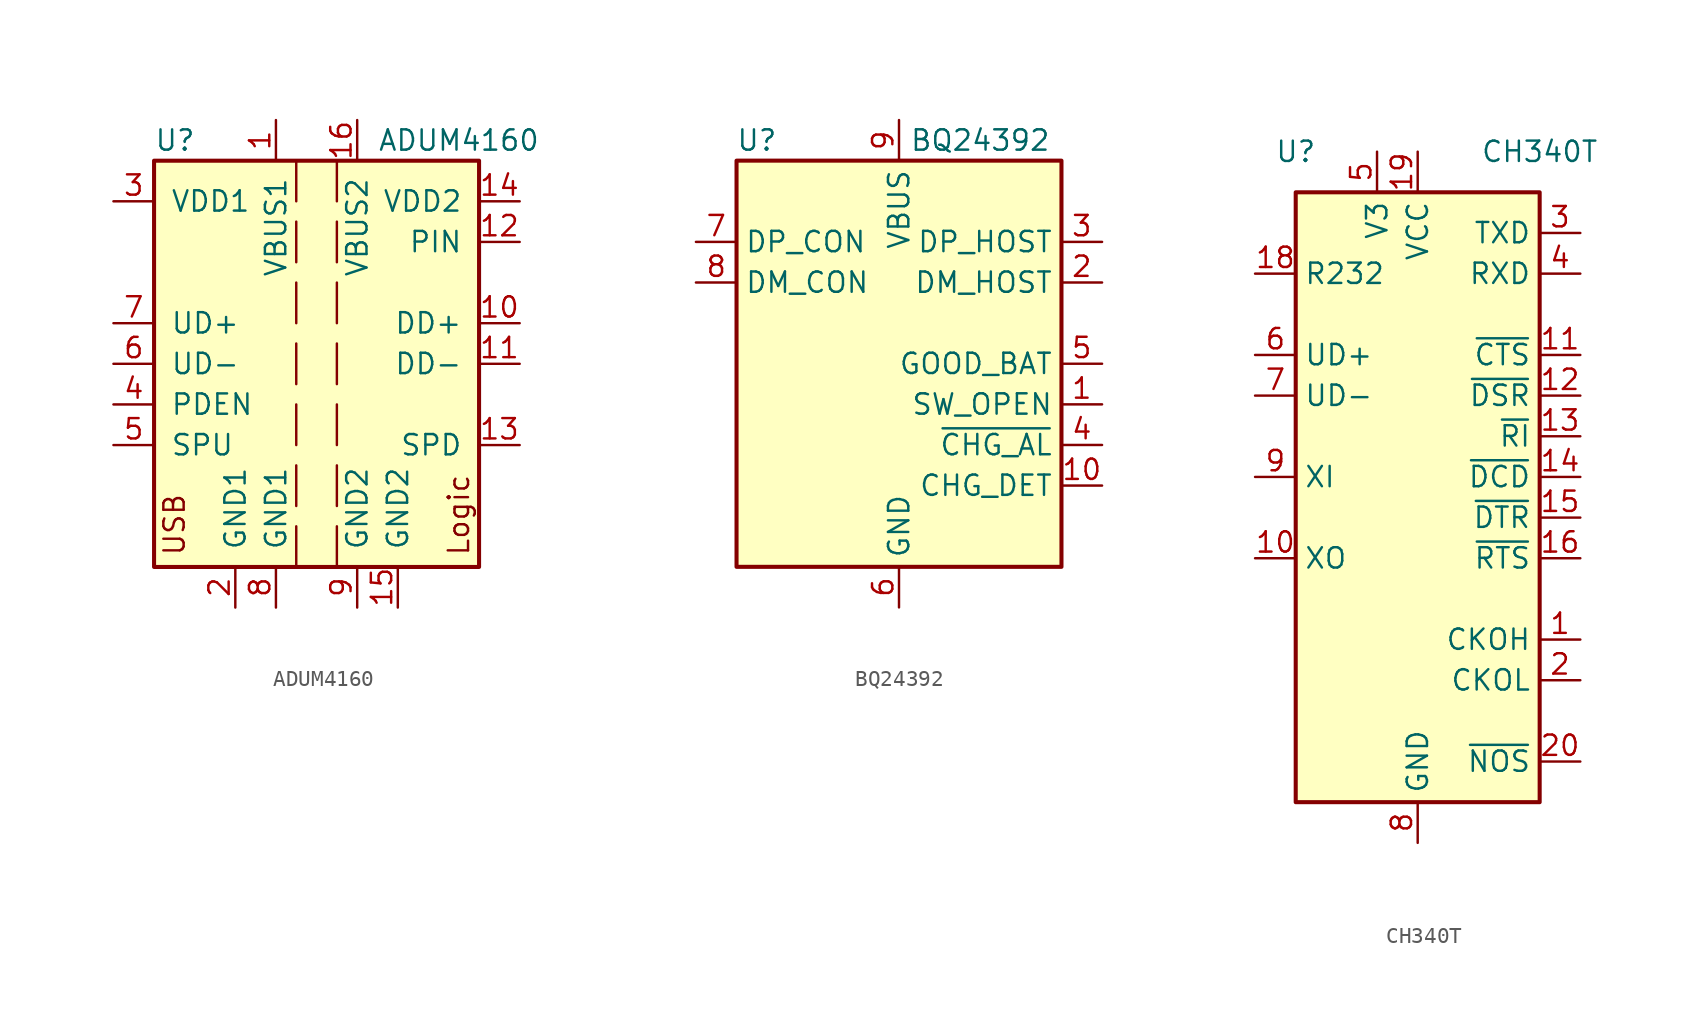
<source format=kicad_sym>
(kicad_symbol_lib
  (version 20211014)
  (generator kicad_symbol_editor)
  (symbol "ADUM4160"
    (pin_names
      (offset 1.016))
    (property "Reference" "U"
      (at -10.16 13.97 0)
      (effects (font (size 1.27 1.27)) (justify left)))
    (property "Value" "ADUM4160"
      (at 3.81 13.97 0)
      (effects (font (size 1.27 1.27)) (justify left)))
    (symbol "ADUM4160_0_0"
      (text "Logic" (at 8.89 -12.065 900) (effects (font (size 1.27 1.27)) (justify left))))
    (symbol "ADUM4160_0_1"
      (rectangle (start -10.16 12.7) (end 10.16 -12.7) (stroke (width 0.254) (type default) (color 0 0 0 0)) (fill (type background)))
      (polyline (pts (xy -1.27 -10.16) (xy -1.27 -12.7)) (stroke (width 0) (type default) (color 0 0 0 0)) (fill (type none)))
      (polyline (pts (xy -1.27 -6.35) (xy -1.27 -8.89)) (stroke (width 0) (type default) (color 0 0 0 0)) (fill (type none)))
      (polyline (pts (xy -1.27 -2.54) (xy -1.27 -5.08)) (stroke (width 0) (type default) (color 0 0 0 0)) (fill (type none)))
      (polyline (pts (xy -1.27 1.27) (xy -1.27 -1.27)) (stroke (width 0) (type default) (color 0 0 0 0)) (fill (type none)))
      (polyline (pts (xy -1.27 5.08) (xy -1.27 2.54)) (stroke (width 0) (type default) (color 0 0 0 0)) (fill (type none)))
      (polyline (pts (xy -1.27 8.89) (xy -1.27 6.35)) (stroke (width 0) (type default) (color 0 0 0 0)) (fill (type none)))
      (polyline (pts (xy -1.27 12.7) (xy -1.27 10.16)) (stroke (width 0) (type default) (color 0 0 0 0)) (fill (type none)))
      (polyline (pts (xy 1.27 -10.16) (xy 1.27 -12.7)) (stroke (width 0) (type default) (color 0 0 0 0)) (fill (type none)))
      (polyline (pts (xy 1.27 -6.35) (xy 1.27 -8.89)) (stroke (width 0) (type default) (color 0 0 0 0)) (fill (type none)))
      (polyline (pts (xy 1.27 -2.54) (xy 1.27 -5.08)) (stroke (width 0) (type default) (color 0 0 0 0)) (fill (type none)))
      (polyline (pts (xy 1.27 1.27) (xy 1.27 -1.27)) (stroke (width 0) (type default) (color 0 0 0 0)) (fill (type none)))
      (polyline (pts (xy 1.27 5.08) (xy 1.27 2.54)) (stroke (width 0) (type default) (color 0 0 0 0)) (fill (type none)))
      (polyline (pts (xy 1.27 8.89) (xy 1.27 6.35)) (stroke (width 0) (type default) (color 0 0 0 0)) (fill (type none)))
      (polyline (pts (xy 1.27 12.7) (xy 1.27 10.16)) (stroke (width 0) (type default) (color 0 0 0 0)) (fill (type none))))
    (symbol "ADUM4160_1_0"
      (text "USB" (at -8.89 -12.065 900) (effects (font (size 1.27 1.27)) (justify left))))
    (symbol "ADUM4160_1_1"
      (pin power_in line (at -2.54 15.24 270) (length 2.54) (name "VBUS1" (effects (font (size 1.27 1.27)))) (number "1" (effects (font (size 1.27 1.27)))))
      (pin bidirectional line (at 12.7 2.54 180) (length 2.54) (name "DD+" (effects (font (size 1.27 1.27)))) (number "10" (effects (font (size 1.27 1.27)))))
      (pin bidirectional line (at 12.7 0 180) (length 2.54) (name "DD-" (effects (font (size 1.27 1.27)))) (number "11" (effects (font (size 1.27 1.27)))))
      (pin input line (at 12.7 7.62 180) (length 2.54) (name "PIN" (effects (font (size 1.27 1.27)))) (number "12" (effects (font (size 1.27 1.27)))))
      (pin input line (at 12.7 -5.08 180) (length 2.54) (name "SPD" (effects (font (size 1.27 1.27)))) (number "13" (effects (font (size 1.27 1.27)))))
      (pin power_in line (at 12.7 10.16 180) (length 2.54) (name "VDD2" (effects (font (size 1.27 1.27)))) (number "14" (effects (font (size 1.27 1.27)))))
      (pin power_in line (at 5.08 -15.24 90) (length 2.54) (name "GND2" (effects (font (size 1.27 1.27)))) (number "15" (effects (font (size 1.27 1.27)))))
      (pin power_in line (at 2.54 15.24 270) (length 2.54) (name "VBUS2" (effects (font (size 1.27 1.27)))) (number "16" (effects (font (size 1.27 1.27)))))
      (pin power_in line (at -5.08 -15.24 90) (length 2.54) (name "GND1" (effects (font (size 1.27 1.27)))) (number "2" (effects (font (size 1.27 1.27)))))
      (pin power_in line (at -12.7 10.16 0) (length 2.54) (name "VDD1" (effects (font (size 1.27 1.27)))) (number "3" (effects (font (size 1.27 1.27)))))
      (pin input line (at -12.7 -2.54 0) (length 2.54) (name "PDEN" (effects (font (size 1.27 1.27)))) (number "4" (effects (font (size 1.27 1.27)))))
      (pin input line (at -12.7 -5.08 0) (length 2.54) (name "SPU" (effects (font (size 1.27 1.27)))) (number "5" (effects (font (size 1.27 1.27)))))
      (pin bidirectional line (at -12.7 0 0) (length 2.54) (name "UD-" (effects (font (size 1.27 1.27)))) (number "6" (effects (font (size 1.27 1.27)))))
      (pin bidirectional line (at -12.7 2.54 0) (length 2.54) (name "UD+" (effects (font (size 1.27 1.27)))) (number "7" (effects (font (size 1.27 1.27)))))
      (pin power_in line (at -2.54 -15.24 90) (length 2.54) (name "GND1" (effects (font (size 1.27 1.27)))) (number "8" (effects (font (size 1.27 1.27)))))
      (pin power_in line (at 2.54 -15.24 90) (length 2.54) (name "GND2" (effects (font (size 1.27 1.27)))) (number "9" (effects (font (size 1.27 1.27)))))))
  (symbol "BQ24392"
    (property "Reference" "U"
      (at -8.89 13.97 0)
      (effects (font (size 1.27 1.27))))
    (property "Value" "BQ24392"
      (at 5.08 13.97 0)
      (effects (font (size 1.27 1.27))))
    (symbol "BQ24392_0_1"
      (rectangle (start -10.16 12.7) (end 10.16 -12.7) (stroke (width 0.254) (type default) (color 0 0 0 0)) (fill (type background))))
    (symbol "BQ24392_1_1"
      (pin open_collector line (at 12.7 -2.54 180) (length 2.54) (name "SW_OPEN" (effects (font (size 1.27 1.27)))) (number "1" (effects (font (size 1.27 1.27)))))
      (pin output line (at 12.7 -7.62 180) (length 2.54) (name "CHG_DET" (effects (font (size 1.27 1.27)))) (number "10" (effects (font (size 1.27 1.27)))))
      (pin bidirectional line (at 12.7 5.08 180) (length 2.54) (name "DM_HOST" (effects (font (size 1.27 1.27)))) (number "2" (effects (font (size 1.27 1.27)))))
      (pin bidirectional line (at 12.7 7.62 180) (length 2.54) (name "DP_HOST" (effects (font (size 1.27 1.27)))) (number "3" (effects (font (size 1.27 1.27)))))
      (pin open_collector line (at 12.7 -5.08 180) (length 2.54) (name "~{CHG_AL}" (effects (font (size 1.27 1.27)))) (number "4" (effects (font (size 1.27 1.27)))))
      (pin input line (at 12.7 0 180) (length 2.54) (name "GOOD_BAT" (effects (font (size 1.27 1.27)))) (number "5" (effects (font (size 1.27 1.27)))))
      (pin power_in line (at 0 -15.24 90) (length 2.54) (name "GND" (effects (font (size 1.27 1.27)))) (number "6" (effects (font (size 1.27 1.27)))))
      (pin bidirectional line (at -12.7 7.62 0) (length 2.54) (name "DP_CON" (effects (font (size 1.27 1.27)))) (number "7" (effects (font (size 1.27 1.27)))))
      (pin bidirectional line (at -12.7 5.08 0) (length 2.54) (name "DM_CON" (effects (font (size 1.27 1.27)))) (number "8" (effects (font (size 1.27 1.27)))))
      (pin power_in line (at 0 15.24 270) (length 2.54) (name "VBUS" (effects (font (size 1.27 1.27)))) (number "9" (effects (font (size 1.27 1.27)))))))
  (symbol "CH340T"
    (property "Reference" "U"
      (at -7.62 22.86 0)
      (effects (font (size 1.27 1.27))))
    (property "Value" "CH340T"
      (at 7.62 22.86 0)
      (effects (font (size 1.27 1.27))))
    (symbol "CH340T_1_1"
      (rectangle (start -7.62 20.32) (end 7.62 -17.78) (stroke (width 0.254) (type default) (color 0 0 0 0)) (fill (type background)))
      (pin output line (at 10.16 -7.62 180) (length 2.54) (name "CKOH" (effects (font (size 1.27 1.27)))) (number "1" (effects (font (size 1.27 1.27)))))
      (pin output line (at -10.16 -2.54 0) (length 2.54) (name "XO" (effects (font (size 1.27 1.27)))) (number "10" (effects (font (size 1.27 1.27)))))
      (pin input line (at 10.16 10.16 180) (length 2.54) (name "~{CTS}" (effects (font (size 1.27 1.27)))) (number "11" (effects (font (size 1.27 1.27)))))
      (pin input line (at 10.16 7.62 180) (length 2.54) (name "~{DSR}" (effects (font (size 1.27 1.27)))) (number "12" (effects (font (size 1.27 1.27)))))
      (pin input line (at 10.16 5.08 180) (length 2.54) (name "~{RI}" (effects (font (size 1.27 1.27)))) (number "13" (effects (font (size 1.27 1.27)))))
      (pin input line (at 10.16 2.54 180) (length 2.54) (name "~{DCD}" (effects (font (size 1.27 1.27)))) (number "14" (effects (font (size 1.27 1.27)))))
      (pin output line (at 10.16 0 180) (length 2.54) (name "~{DTR}" (effects (font (size 1.27 1.27)))) (number "15" (effects (font (size 1.27 1.27)))))
      (pin output line (at 10.16 -2.54 180) (length 2.54) (name "~{RTS}" (effects (font (size 1.27 1.27)))) (number "16" (effects (font (size 1.27 1.27)))))
      (pin no_connect line (at -7.62 -7.62 0) (length 2.54) hide (name "NC" (effects (font (size 1.27 1.27)))) (number "17" (effects (font (size 1.27 1.27)))))
      (pin input line (at -10.16 15.24 0) (length 2.54) (name "R232" (effects (font (size 1.27 1.27)))) (number "18" (effects (font (size 1.27 1.27)))))
      (pin power_in line (at 0 22.86 270) (length 2.54) (name "VCC" (effects (font (size 1.27 1.27)))) (number "19" (effects (font (size 1.27 1.27)))))
      (pin output line (at 10.16 -10.16 180) (length 2.54) (name "CKOL" (effects (font (size 1.27 1.27)))) (number "2" (effects (font (size 1.27 1.27)))))
      (pin input line (at 10.16 -15.24 180) (length 2.54) (name "~{NOS}" (effects (font (size 1.27 1.27)))) (number "20" (effects (font (size 1.27 1.27)))))
      (pin output line (at 10.16 17.78 180) (length 2.54) (name "TXD" (effects (font (size 1.27 1.27)))) (number "3" (effects (font (size 1.27 1.27)))))
      (pin input line (at 10.16 15.24 180) (length 2.54) (name "RXD" (effects (font (size 1.27 1.27)))) (number "4" (effects (font (size 1.27 1.27)))))
      (pin passive line (at -2.54 22.86 270) (length 2.54) (name "V3" (effects (font (size 1.27 1.27)))) (number "5" (effects (font (size 1.27 1.27)))))
      (pin bidirectional line (at -10.16 10.16 0) (length 2.54) (name "UD+" (effects (font (size 1.27 1.27)))) (number "6" (effects (font (size 1.27 1.27)))))
      (pin bidirectional line (at -10.16 7.62 0) (length 2.54) (name "UD-" (effects (font (size 1.27 1.27)))) (number "7" (effects (font (size 1.27 1.27)))))
      (pin power_in line (at 0 -20.32 90) (length 2.54) (name "GND" (effects (font (size 1.27 1.27)))) (number "8" (effects (font (size 1.27 1.27)))))
      (pin input line (at -10.16 2.54 0) (length 2.54) (name "XI" (effects (font (size 1.27 1.27)))) (number "9" (effects (font (size 1.27 1.27))))))))
</source>
